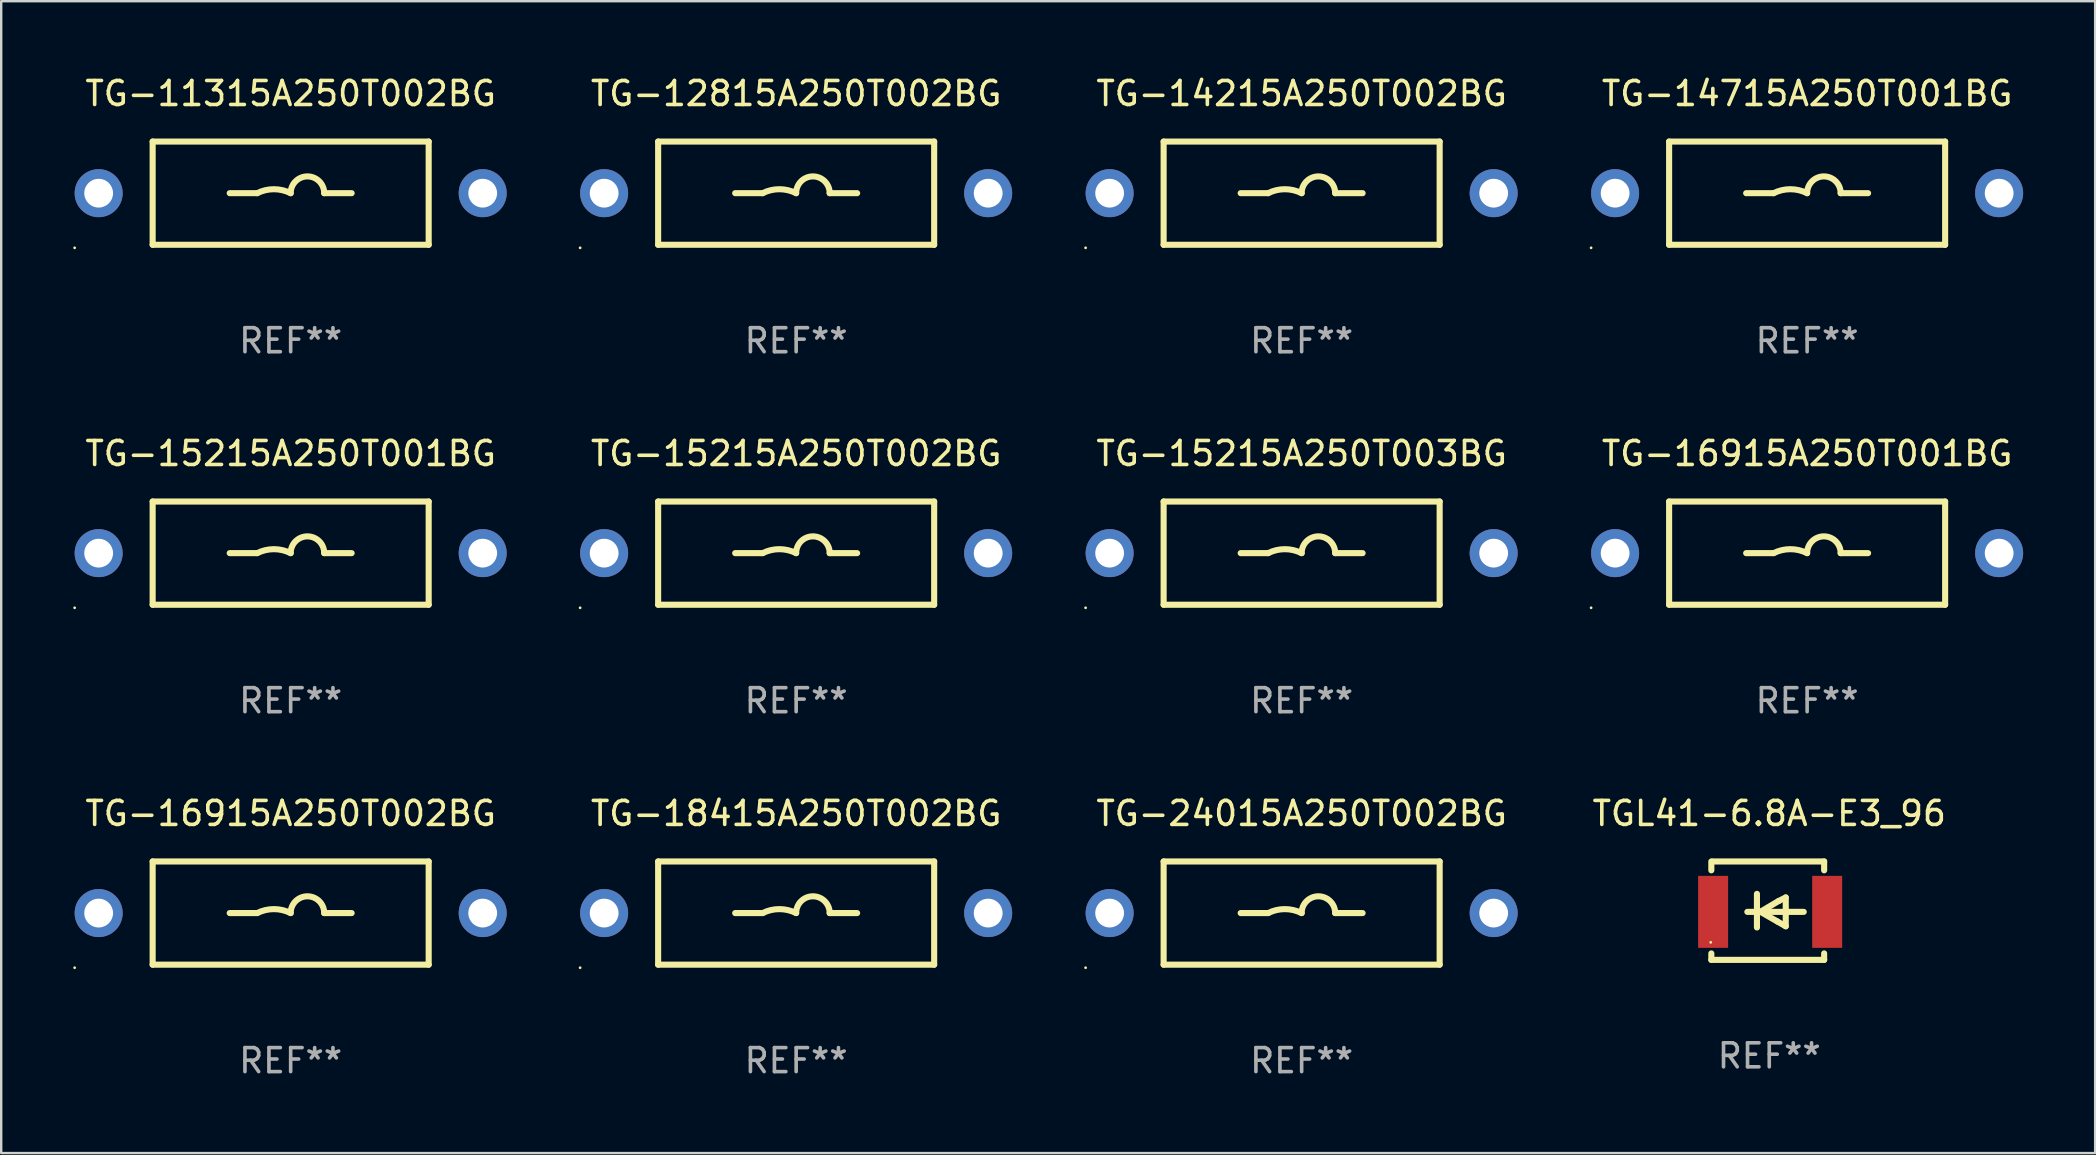
<source format=kicad_pcb>
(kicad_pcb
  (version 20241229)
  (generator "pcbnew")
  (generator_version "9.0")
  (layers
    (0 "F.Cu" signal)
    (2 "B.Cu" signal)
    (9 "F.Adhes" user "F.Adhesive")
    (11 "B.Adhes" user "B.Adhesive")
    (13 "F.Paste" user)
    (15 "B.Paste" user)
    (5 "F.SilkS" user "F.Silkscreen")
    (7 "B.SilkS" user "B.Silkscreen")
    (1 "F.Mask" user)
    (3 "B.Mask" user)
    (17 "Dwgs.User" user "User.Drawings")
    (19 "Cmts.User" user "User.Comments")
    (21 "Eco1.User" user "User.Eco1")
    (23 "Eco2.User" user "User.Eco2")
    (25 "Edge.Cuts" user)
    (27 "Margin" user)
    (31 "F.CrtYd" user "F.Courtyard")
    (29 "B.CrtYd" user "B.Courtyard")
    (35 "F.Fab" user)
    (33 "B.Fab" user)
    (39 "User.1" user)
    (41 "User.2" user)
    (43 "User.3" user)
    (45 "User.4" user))
  (footprint "TG-11315A250T002BG"
    (layer "F.Cu")
    (at 9.06 4.998)
    (property "Reference" "TG-11315A250T002BG" (at 0 -4.15 0) (layer "F.SilkS") (effects (font (size 1 1) (thickness 0.15))))
    (attr through_hole)
    (fp_line (start -5.75 2.15) (end 5.75 2.15) (stroke (width 0.254) (type solid)) (layer "F.SilkS"))
    (fp_line (start -5.75 -2.15) (end -5.75 2.15) (stroke (width 0.254) (type solid)) (layer "F.SilkS"))
    (fp_line (start -5.75 -2.15) (end 5.75 -2.15) (stroke (width 0.254) (type solid)) (layer "F.SilkS"))
    (fp_line (start -2.54 0) (end -1.397 0) (stroke (width 0.254) (type solid)) (layer "F.SilkS"))
    (fp_line (start 2.54 0) (end 1.397 0) (stroke (width 0.254) (type solid)) (layer "F.SilkS"))
    (fp_line (start 5.75 -2.15) (end 5.75 2.15) (stroke (width 0.254) (type solid)) (layer "F.SilkS"))
    (fp_arc (start -1.397003 0) (mid -0.698501 -0.164894) (end 0 0) (stroke (width 0.254001) (type solid)) (layer "F.SilkS"))
    (fp_arc (start -0.000001 0) (mid 0.698501 -0.698502) (end 1.397003 0) (stroke (width 0.254001) (type solid)) (layer "F.SilkS"))
    (fp_circle (center -9 2.277) (end -8.97 2.277) (stroke (width 0.06) (type solid)) (fill no) (layer "F.SilkS"))
    (fp_text user "REF**" (at 0 6.15 0) (layer "F.Fab") (effects (font (size 1 1) (thickness 0.15))))
    (pad "1" thru_hole circle (at -8 0) (size 2 2) (drill 1.2) (layers "*.Cu" "*.Mask"))
    (pad "2" thru_hole circle (at 8 0) (size 2 2) (drill 1.2) (layers "*.Cu" "*.Mask")))
  (footprint "TG-16915A250T002BG"
    (layer "F.Cu")
    (at 9.06 34.991)
    (property "Reference" "TG-16915A250T002BG" (at 0 -4.15 0) (layer "F.SilkS") (effects (font (size 1 1) (thickness 0.15))))
    (attr through_hole)
    (fp_line (start -5.75 2.15) (end 5.75 2.15) (stroke (width 0.254) (type solid)) (layer "F.SilkS"))
    (fp_line (start -5.75 -2.15) (end -5.75 2.15) (stroke (width 0.254) (type solid)) (layer "F.SilkS"))
    (fp_line (start -5.75 -2.15) (end 5.75 -2.15) (stroke (width 0.254) (type solid)) (layer "F.SilkS"))
    (fp_line (start -2.54 0) (end -1.397 0) (stroke (width 0.254) (type solid)) (layer "F.SilkS"))
    (fp_line (start 2.54 0) (end 1.397 0) (stroke (width 0.254) (type solid)) (layer "F.SilkS"))
    (fp_line (start 5.75 -2.15) (end 5.75 2.15) (stroke (width 0.254) (type solid)) (layer "F.SilkS"))
    (fp_arc (start -1.397003 0) (mid -0.698501 -0.164894) (end 0 0) (stroke (width 0.254001) (type solid)) (layer "F.SilkS"))
    (fp_arc (start -0.000001 0) (mid 0.698501 -0.698502) (end 1.397003 0) (stroke (width 0.254001) (type solid)) (layer "F.SilkS"))
    (fp_circle (center -9 2.277) (end -8.97 2.277) (stroke (width 0.06) (type solid)) (fill no) (layer "F.SilkS"))
    (fp_text user "REF**" (at 0 6.15 0) (layer "F.Fab") (effects (font (size 1 1) (thickness 0.15))))
    (pad "1" thru_hole circle (at -8 0) (size 2 2) (drill 1.2) (layers "*.Cu" "*.Mask"))
    (pad "2" thru_hole circle (at 8 0) (size 2 2) (drill 1.2) (layers "*.Cu" "*.Mask")))
  (footprint "TG-15215A250T003BG"
    (layer "F.Cu")
    (at 51.18 19.995)
    (property "Reference" "TG-15215A250T003BG" (at 0 -4.15 0) (layer "F.SilkS") (effects (font (size 1 1) (thickness 0.15))))
    (attr through_hole)
    (fp_line (start -5.75 2.15) (end 5.75 2.15) (stroke (width 0.254) (type solid)) (layer "F.SilkS"))
    (fp_line (start -5.75 -2.15) (end -5.75 2.15) (stroke (width 0.254) (type solid)) (layer "F.SilkS"))
    (fp_line (start -5.75 -2.15) (end 5.75 -2.15) (stroke (width 0.254) (type solid)) (layer "F.SilkS"))
    (fp_line (start -2.54 0) (end -1.397 0) (stroke (width 0.254) (type solid)) (layer "F.SilkS"))
    (fp_line (start 2.54 0) (end 1.397 0) (stroke (width 0.254) (type solid)) (layer "F.SilkS"))
    (fp_line (start 5.75 -2.15) (end 5.75 2.15) (stroke (width 0.254) (type solid)) (layer "F.SilkS"))
    (fp_arc (start -1.397003 0) (mid -0.698501 -0.164894) (end 0 0) (stroke (width 0.254001) (type solid)) (layer "F.SilkS"))
    (fp_arc (start -0.000001 0) (mid 0.698501 -0.698502) (end 1.397003 0) (stroke (width 0.254001) (type solid)) (layer "F.SilkS"))
    (fp_circle (center -9 2.277) (end -8.97 2.277) (stroke (width 0.06) (type solid)) (fill no) (layer "F.SilkS"))
    (fp_text user "REF**" (at 0 6.15 0) (layer "F.Fab") (effects (font (size 1 1) (thickness 0.15))))
    (pad "1" thru_hole circle (at -8 0) (size 2 2) (drill 1.2) (layers "*.Cu" "*.Mask"))
    (pad "2" thru_hole circle (at 8 0) (size 2 2) (drill 1.2) (layers "*.Cu" "*.Mask")))
  (footprint "TGL41-6.8A-E3_96"
    (layer "F.Cu")
    (at 70.662 34.891)
    (property "Reference" "TGL41-6.8A-E3_96" (at 0 -4.05 0) (layer "F.SilkS") (effects (font (size 1 1) (thickness 0.15))))
    (attr through_hole)
    (fp_line (start -2.413 -1.681) (end -2.413 -2.05) (stroke (width 0.254) (type solid)) (layer "F.SilkS"))
    (fp_line (start -2.413 2.05) (end -2.413 1.781) (stroke (width 0.254) (type solid)) (layer "F.SilkS"))
    (fp_line (start -2.363 -2.05) (end 2.287 -2.05) (stroke (width 0.254) (type solid)) (layer "F.SilkS"))
    (fp_line (start -0.913 0.05) (end 1.437 0.05) (stroke (width 0.254) (type solid)) (layer "F.SilkS"))
    (fp_line (start -0.513 -0.7) (end -0.513 0.7) (stroke (width 0.254) (type solid)) (layer "F.SilkS"))
    (fp_line (start 0.337 0.45) (end -0.364 0.05) (stroke (width 0.254) (type solid)) (layer "F.SilkS"))
    (fp_line (start 0.387 -0.4) (end -0.377 0.05) (stroke (width 0.254) (type solid)) (layer "F.SilkS"))
    (fp_line (start 0.687 -0.55) (end 0.387 -0.4) (stroke (width 0.254) (type solid)) (layer "F.SilkS"))
    (fp_line (start 0.687 -0.55) (end 0.687 0.65) (stroke (width 0.254) (type solid)) (layer "F.SilkS"))
    (fp_line (start 0.687 0.65) (end 0.337 0.45) (stroke (width 0.254) (type solid)) (layer "F.SilkS"))
    (fp_line (start 2.287 -2.05) (end 2.287 -1.681) (stroke (width 0.254) (type solid)) (layer "F.SilkS"))
    (fp_line (start 2.287 1.781) (end 2.287 2.05) (stroke (width 0.254) (type solid)) (layer "F.SilkS"))
    (fp_line (start 2.287 2.05) (end -2.413 2.05) (stroke (width 0.254) (type solid)) (layer "F.SilkS"))
    (fp_circle (center -2.438 1.32) (end -2.408 1.32) (stroke (width 0.06) (type solid)) (fill no) (layer "F.SilkS"))
    (fp_text user "REF**" (at 0 6.05 0) (layer "F.Fab") (effects (font (size 1 1) (thickness 0.15))))
    (pad "1" smd rect (at -2.339 0.05) (size 1.25 3) (layers "F.Cu" "F.Mask" "F.Paste"))
    (pad "2" smd rect (at 2.413 0.05) (size 1.25 3) (layers "F.Cu" "F.Mask" "F.Paste")))
  (footprint "TG-15215A250T001BG"
    (layer "F.Cu")
    (at 9.06 19.995)
    (property "Reference" "TG-15215A250T001BG" (at 0 -4.15 0) (layer "F.SilkS") (effects (font (size 1 1) (thickness 0.15))))
    (attr through_hole)
    (fp_line (start -5.75 2.15) (end 5.75 2.15) (stroke (width 0.254) (type solid)) (layer "F.SilkS"))
    (fp_line (start -5.75 -2.15) (end -5.75 2.15) (stroke (width 0.254) (type solid)) (layer "F.SilkS"))
    (fp_line (start -5.75 -2.15) (end 5.75 -2.15) (stroke (width 0.254) (type solid)) (layer "F.SilkS"))
    (fp_line (start -2.54 0) (end -1.397 0) (stroke (width 0.254) (type solid)) (layer "F.SilkS"))
    (fp_line (start 2.54 0) (end 1.397 0) (stroke (width 0.254) (type solid)) (layer "F.SilkS"))
    (fp_line (start 5.75 -2.15) (end 5.75 2.15) (stroke (width 0.254) (type solid)) (layer "F.SilkS"))
    (fp_arc (start -1.397003 0) (mid -0.698501 -0.164894) (end 0 0) (stroke (width 0.254001) (type solid)) (layer "F.SilkS"))
    (fp_arc (start -0.000001 0) (mid 0.698501 -0.698502) (end 1.397003 0) (stroke (width 0.254001) (type solid)) (layer "F.SilkS"))
    (fp_circle (center -9 2.277) (end -8.97 2.277) (stroke (width 0.06) (type solid)) (fill no) (layer "F.SilkS"))
    (fp_text user "REF**" (at 0 6.15 0) (layer "F.Fab") (effects (font (size 1 1) (thickness 0.15))))
    (pad "1" thru_hole circle (at -8 0) (size 2 2) (drill 1.2) (layers "*.Cu" "*.Mask"))
    (pad "2" thru_hole circle (at 8 0) (size 2 2) (drill 1.2) (layers "*.Cu" "*.Mask")))
  (footprint "TG-12815A250T002BG"
    (layer "F.Cu")
    (at 30.12 4.998)
    (property "Reference" "TG-12815A250T002BG" (at 0 -4.15 0) (layer "F.SilkS") (effects (font (size 1 1) (thickness 0.15))))
    (attr through_hole)
    (fp_line (start -5.75 2.15) (end 5.75 2.15) (stroke (width 0.254) (type solid)) (layer "F.SilkS"))
    (fp_line (start -5.75 -2.15) (end -5.75 2.15) (stroke (width 0.254) (type solid)) (layer "F.SilkS"))
    (fp_line (start -5.75 -2.15) (end 5.75 -2.15) (stroke (width 0.254) (type solid)) (layer "F.SilkS"))
    (fp_line (start -2.54 0) (end -1.397 0) (stroke (width 0.254) (type solid)) (layer "F.SilkS"))
    (fp_line (start 2.54 0) (end 1.397 0) (stroke (width 0.254) (type solid)) (layer "F.SilkS"))
    (fp_line (start 5.75 -2.15) (end 5.75 2.15) (stroke (width 0.254) (type solid)) (layer "F.SilkS"))
    (fp_arc (start -1.397003 0) (mid -0.698501 -0.164894) (end 0 0) (stroke (width 0.254001) (type solid)) (layer "F.SilkS"))
    (fp_arc (start -0.000001 0) (mid 0.698501 -0.698502) (end 1.397003 0) (stroke (width 0.254001) (type solid)) (layer "F.SilkS"))
    (fp_circle (center -9 2.277) (end -8.97 2.277) (stroke (width 0.06) (type solid)) (fill no) (layer "F.SilkS"))
    (fp_text user "REF**" (at 0 6.15 0) (layer "F.Fab") (effects (font (size 1 1) (thickness 0.15))))
    (pad "1" thru_hole circle (at -8 0) (size 2 2) (drill 1.2) (layers "*.Cu" "*.Mask"))
    (pad "2" thru_hole circle (at 8 0) (size 2 2) (drill 1.2) (layers "*.Cu" "*.Mask")))
  (footprint "TG-14715A250T001BG"
    (layer "F.Cu")
    (at 72.24 4.998)
    (property "Reference" "TG-14715A250T001BG" (at 0 -4.15 0) (layer "F.SilkS") (effects (font (size 1 1) (thickness 0.15))))
    (attr through_hole)
    (fp_line (start -5.75 2.15) (end 5.75 2.15) (stroke (width 0.254) (type solid)) (layer "F.SilkS"))
    (fp_line (start -5.75 -2.15) (end -5.75 2.15) (stroke (width 0.254) (type solid)) (layer "F.SilkS"))
    (fp_line (start -5.75 -2.15) (end 5.75 -2.15) (stroke (width 0.254) (type solid)) (layer "F.SilkS"))
    (fp_line (start -2.54 0) (end -1.397 0) (stroke (width 0.254) (type solid)) (layer "F.SilkS"))
    (fp_line (start 2.54 0) (end 1.397 0) (stroke (width 0.254) (type solid)) (layer "F.SilkS"))
    (fp_line (start 5.75 -2.15) (end 5.75 2.15) (stroke (width 0.254) (type solid)) (layer "F.SilkS"))
    (fp_arc (start -1.397003 0) (mid -0.698501 -0.164894) (end 0 0) (stroke (width 0.254001) (type solid)) (layer "F.SilkS"))
    (fp_arc (start -0.000001 0) (mid 0.698501 -0.698502) (end 1.397003 0) (stroke (width 0.254001) (type solid)) (layer "F.SilkS"))
    (fp_circle (center -9 2.277) (end -8.97 2.277) (stroke (width 0.06) (type solid)) (fill no) (layer "F.SilkS"))
    (fp_text user "REF**" (at 0 6.15 0) (layer "F.Fab") (effects (font (size 1 1) (thickness 0.15))))
    (pad "1" thru_hole circle (at -8 0) (size 2 2) (drill 1.2) (layers "*.Cu" "*.Mask"))
    (pad "2" thru_hole circle (at 8 0) (size 2 2) (drill 1.2) (layers "*.Cu" "*.Mask")))
  (footprint "TG-24015A250T002BG"
    (layer "F.Cu")
    (at 51.18 34.991)
    (property "Reference" "TG-24015A250T002BG" (at 0 -4.15 0) (layer "F.SilkS") (effects (font (size 1 1) (thickness 0.15))))
    (attr through_hole)
    (fp_line (start -5.75 2.15) (end 5.75 2.15) (stroke (width 0.254) (type solid)) (layer "F.SilkS"))
    (fp_line (start -5.75 -2.15) (end -5.75 2.15) (stroke (width 0.254) (type solid)) (layer "F.SilkS"))
    (fp_line (start -5.75 -2.15) (end 5.75 -2.15) (stroke (width 0.254) (type solid)) (layer "F.SilkS"))
    (fp_line (start -2.54 0) (end -1.397 0) (stroke (width 0.254) (type solid)) (layer "F.SilkS"))
    (fp_line (start 2.54 0) (end 1.397 0) (stroke (width 0.254) (type solid)) (layer "F.SilkS"))
    (fp_line (start 5.75 -2.15) (end 5.75 2.15) (stroke (width 0.254) (type solid)) (layer "F.SilkS"))
    (fp_arc (start -1.397003 0) (mid -0.698501 -0.164894) (end 0 0) (stroke (width 0.254001) (type solid)) (layer "F.SilkS"))
    (fp_arc (start -0.000001 0) (mid 0.698501 -0.698502) (end 1.397003 0) (stroke (width 0.254001) (type solid)) (layer "F.SilkS"))
    (fp_circle (center -9 2.277) (end -8.97 2.277) (stroke (width 0.06) (type solid)) (fill no) (layer "F.SilkS"))
    (fp_text user "REF**" (at 0 6.15 0) (layer "F.Fab") (effects (font (size 1 1) (thickness 0.15))))
    (pad "1" thru_hole circle (at -8 0) (size 2 2) (drill 1.2) (layers "*.Cu" "*.Mask"))
    (pad "2" thru_hole circle (at 8 0) (size 2 2) (drill 1.2) (layers "*.Cu" "*.Mask")))
  (footprint "TG-16915A250T001BG"
    (layer "F.Cu")
    (at 72.24 19.995)
    (property "Reference" "TG-16915A250T001BG" (at 0 -4.15 0) (layer "F.SilkS") (effects (font (size 1 1) (thickness 0.15))))
    (attr through_hole)
    (fp_line (start -5.75 2.15) (end 5.75 2.15) (stroke (width 0.254) (type solid)) (layer "F.SilkS"))
    (fp_line (start -5.75 -2.15) (end -5.75 2.15) (stroke (width 0.254) (type solid)) (layer "F.SilkS"))
    (fp_line (start -5.75 -2.15) (end 5.75 -2.15) (stroke (width 0.254) (type solid)) (layer "F.SilkS"))
    (fp_line (start -2.54 0) (end -1.397 0) (stroke (width 0.254) (type solid)) (layer "F.SilkS"))
    (fp_line (start 2.54 0) (end 1.397 0) (stroke (width 0.254) (type solid)) (layer "F.SilkS"))
    (fp_line (start 5.75 -2.15) (end 5.75 2.15) (stroke (width 0.254) (type solid)) (layer "F.SilkS"))
    (fp_arc (start -1.397003 0) (mid -0.698501 -0.164894) (end 0 0) (stroke (width 0.254001) (type solid)) (layer "F.SilkS"))
    (fp_arc (start -0.000001 0) (mid 0.698501 -0.698502) (end 1.397003 0) (stroke (width 0.254001) (type solid)) (layer "F.SilkS"))
    (fp_circle (center -9 2.277) (end -8.97 2.277) (stroke (width 0.06) (type solid)) (fill no) (layer "F.SilkS"))
    (fp_text user "REF**" (at 0 6.15 0) (layer "F.Fab") (effects (font (size 1 1) (thickness 0.15))))
    (pad "1" thru_hole circle (at -8 0) (size 2 2) (drill 1.2) (layers "*.Cu" "*.Mask"))
    (pad "2" thru_hole circle (at 8 0) (size 2 2) (drill 1.2) (layers "*.Cu" "*.Mask")))
  (footprint "TG-15215A250T002BG"
    (layer "F.Cu")
    (at 30.12 19.995)
    (property "Reference" "TG-15215A250T002BG" (at 0 -4.15 0) (layer "F.SilkS") (effects (font (size 1 1) (thickness 0.15))))
    (attr through_hole)
    (fp_line (start -5.75 2.15) (end 5.75 2.15) (stroke (width 0.254) (type solid)) (layer "F.SilkS"))
    (fp_line (start -5.75 -2.15) (end -5.75 2.15) (stroke (width 0.254) (type solid)) (layer "F.SilkS"))
    (fp_line (start -5.75 -2.15) (end 5.75 -2.15) (stroke (width 0.254) (type solid)) (layer "F.SilkS"))
    (fp_line (start -2.54 0) (end -1.397 0) (stroke (width 0.254) (type solid)) (layer "F.SilkS"))
    (fp_line (start 2.54 0) (end 1.397 0) (stroke (width 0.254) (type solid)) (layer "F.SilkS"))
    (fp_line (start 5.75 -2.15) (end 5.75 2.15) (stroke (width 0.254) (type solid)) (layer "F.SilkS"))
    (fp_arc (start -1.397003 0) (mid -0.698501 -0.164894) (end 0 0) (stroke (width 0.254001) (type solid)) (layer "F.SilkS"))
    (fp_arc (start -0.000001 0) (mid 0.698501 -0.698502) (end 1.397003 0) (stroke (width 0.254001) (type solid)) (layer "F.SilkS"))
    (fp_circle (center -9 2.277) (end -8.97 2.277) (stroke (width 0.06) (type solid)) (fill no) (layer "F.SilkS"))
    (fp_text user "REF**" (at 0 6.15 0) (layer "F.Fab") (effects (font (size 1 1) (thickness 0.15))))
    (pad "1" thru_hole circle (at -8 0) (size 2 2) (drill 1.2) (layers "*.Cu" "*.Mask"))
    (pad "2" thru_hole circle (at 8 0) (size 2 2) (drill 1.2) (layers "*.Cu" "*.Mask")))
  (footprint "TG-18415A250T002BG"
    (layer "F.Cu")
    (at 30.12 34.991)
    (property "Reference" "TG-18415A250T002BG" (at 0 -4.15 0) (layer "F.SilkS") (effects (font (size 1 1) (thickness 0.15))))
    (attr through_hole)
    (fp_line (start -5.75 2.15) (end 5.75 2.15) (stroke (width 0.254) (type solid)) (layer "F.SilkS"))
    (fp_line (start -5.75 -2.15) (end -5.75 2.15) (stroke (width 0.254) (type solid)) (layer "F.SilkS"))
    (fp_line (start -5.75 -2.15) (end 5.75 -2.15) (stroke (width 0.254) (type solid)) (layer "F.SilkS"))
    (fp_line (start -2.54 0) (end -1.397 0) (stroke (width 0.254) (type solid)) (layer "F.SilkS"))
    (fp_line (start 2.54 0) (end 1.397 0) (stroke (width 0.254) (type solid)) (layer "F.SilkS"))
    (fp_line (start 5.75 -2.15) (end 5.75 2.15) (stroke (width 0.254) (type solid)) (layer "F.SilkS"))
    (fp_arc (start -1.397003 0) (mid -0.698501 -0.164894) (end 0 0) (stroke (width 0.254001) (type solid)) (layer "F.SilkS"))
    (fp_arc (start -0.000001 0) (mid 0.698501 -0.698502) (end 1.397003 0) (stroke (width 0.254001) (type solid)) (layer "F.SilkS"))
    (fp_circle (center -9 2.277) (end -8.97 2.277) (stroke (width 0.06) (type solid)) (fill no) (layer "F.SilkS"))
    (fp_text user "REF**" (at 0 6.15 0) (layer "F.Fab") (effects (font (size 1 1) (thickness 0.15))))
    (pad "1" thru_hole circle (at -8 0) (size 2 2) (drill 1.2) (layers "*.Cu" "*.Mask"))
    (pad "2" thru_hole circle (at 8 0) (size 2 2) (drill 1.2) (layers "*.Cu" "*.Mask")))
  (footprint "TG-14215A250T002BG"
    (layer "F.Cu")
    (at 51.18 4.998)
    (property "Reference" "TG-14215A250T002BG" (at 0 -4.15 0) (layer "F.SilkS") (effects (font (size 1 1) (thickness 0.15))))
    (attr through_hole)
    (fp_line (start -5.75 2.15) (end 5.75 2.15) (stroke (width 0.254) (type solid)) (layer "F.SilkS"))
    (fp_line (start -5.75 -2.15) (end -5.75 2.15) (stroke (width 0.254) (type solid)) (layer "F.SilkS"))
    (fp_line (start -5.75 -2.15) (end 5.75 -2.15) (stroke (width 0.254) (type solid)) (layer "F.SilkS"))
    (fp_line (start -2.54 0) (end -1.397 0) (stroke (width 0.254) (type solid)) (layer "F.SilkS"))
    (fp_line (start 2.54 0) (end 1.397 0) (stroke (width 0.254) (type solid)) (layer "F.SilkS"))
    (fp_line (start 5.75 -2.15) (end 5.75 2.15) (stroke (width 0.254) (type solid)) (layer "F.SilkS"))
    (fp_arc (start -1.397003 0) (mid -0.698501 -0.164894) (end 0 0) (stroke (width 0.254001) (type solid)) (layer "F.SilkS"))
    (fp_arc (start -0.000001 0) (mid 0.698501 -0.698502) (end 1.397003 0) (stroke (width 0.254001) (type solid)) (layer "F.SilkS"))
    (fp_circle (center -9 2.277) (end -8.97 2.277) (stroke (width 0.06) (type solid)) (fill no) (layer "F.SilkS"))
    (fp_text user "REF**" (at 0 6.15 0) (layer "F.Fab") (effects (font (size 1 1) (thickness 0.15))))
    (pad "1" thru_hole circle (at -8 0) (size 2 2) (drill 1.2) (layers "*.Cu" "*.Mask"))
    (pad "2" thru_hole circle (at 8 0) (size 2 2) (drill 1.2) (layers "*.Cu" "*.Mask")))
  (gr_rect
    (start -3 -3)
    (end 84.24 44.99)
    (stroke (width 0.1) (type default))
    (fill no)
    (layer "Edge.Cuts")))
</source>
